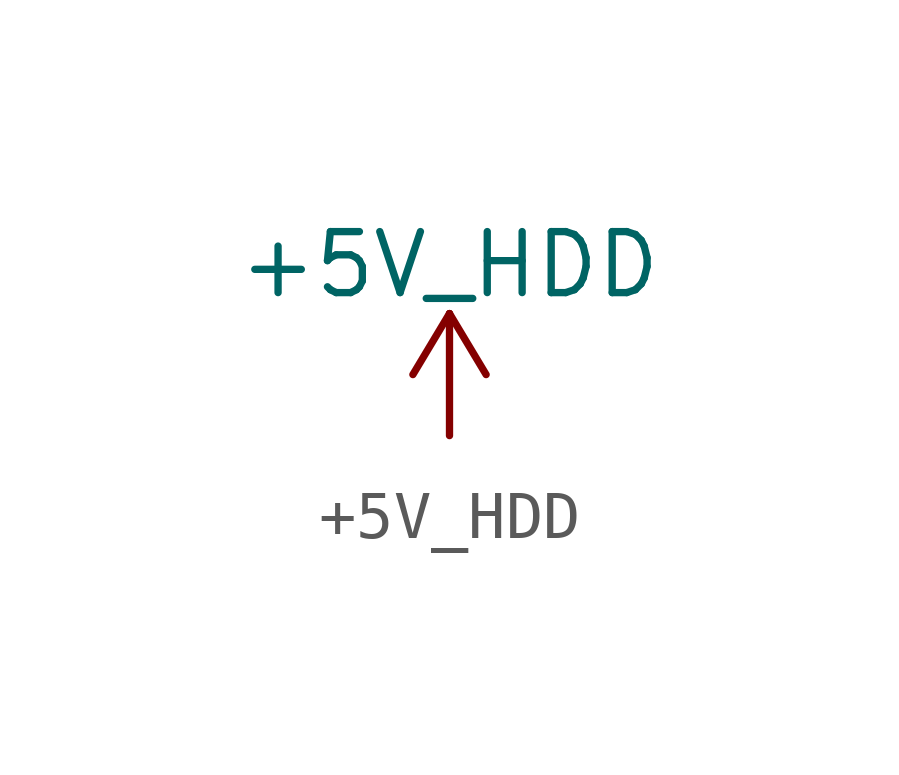
<source format=kicad_sym>
(kicad_symbol_lib
  (version 20211014)
  (generator kicad_symbol_editor)
  (symbol "+5V_HDD"
    (power)
    (pin_names
      (offset 0))
    (property "Reference" "#PWR"
      (at 0 -3.81 0)
      (effects (font (size 1.27 1.27)) hide))
    (property "Value" "+5V_HDD"
      (at 0 3.556 0)
      (effects (font (size 1.27 1.27))))
    (symbol "+5V_HDD_0_1"
      (polyline (pts (xy -0.762 1.27) (xy 0 2.54)) (stroke (width 0) (type default) (color 0 0 0 0)) (fill (type none)))
      (polyline (pts (xy 0 0) (xy 0 2.54)) (stroke (width 0) (type default) (color 0 0 0 0)) (fill (type none)))
      (polyline (pts (xy 0 2.54) (xy 0.762 1.27)) (stroke (width 0) (type default) (color 0 0 0 0)) (fill (type none))))
    (symbol "+5V_HDD_1_1"
      (pin power_in line (at 0 0 90) (length 0) hide (name "+5V" (effects (font (size 1.27 1.27)))) (number "1" (effects (font (size 1.27 1.27))))))))
</source>
